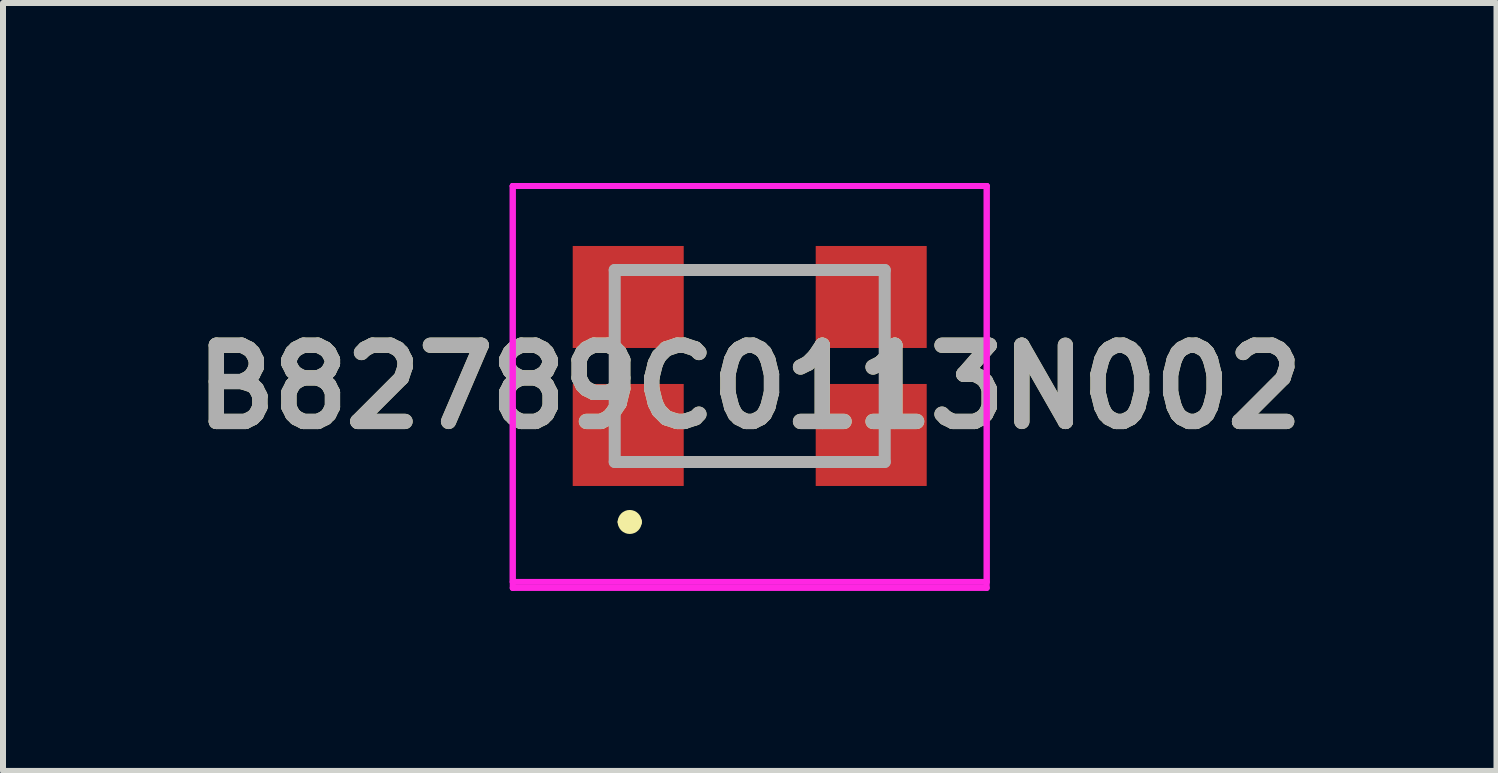
<source format=kicad_pcb>
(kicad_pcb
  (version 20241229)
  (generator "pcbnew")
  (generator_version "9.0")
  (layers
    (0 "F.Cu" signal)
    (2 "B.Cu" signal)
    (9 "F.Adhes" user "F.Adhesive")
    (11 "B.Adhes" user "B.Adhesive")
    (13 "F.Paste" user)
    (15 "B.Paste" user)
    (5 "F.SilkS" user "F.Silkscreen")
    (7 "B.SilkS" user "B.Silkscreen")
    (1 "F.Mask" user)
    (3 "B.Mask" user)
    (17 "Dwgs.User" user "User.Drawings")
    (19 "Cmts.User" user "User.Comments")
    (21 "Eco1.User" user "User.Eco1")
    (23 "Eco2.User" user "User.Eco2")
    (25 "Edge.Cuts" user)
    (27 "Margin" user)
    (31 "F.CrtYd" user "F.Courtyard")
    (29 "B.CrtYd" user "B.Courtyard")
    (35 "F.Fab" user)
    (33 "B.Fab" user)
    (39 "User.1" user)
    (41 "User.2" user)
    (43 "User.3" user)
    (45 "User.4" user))
  (footprint "B82789C0113N002"
    (layer "F.Cu")
    (at 9.446 3.35)
    (property "Reference" "B82789C0113N002" (at 0 0.05 0) (layer "F.SilkS") (effects (font (size 1.27 1.27) (thickness 0.254))))
    (attr smd)
    (fp_line (start -2.1 2.3) (end -2.1 2.3) (stroke (width 0.2) (type solid)) (layer "F.SilkS"))
    (fp_line (start -1.9 2.3) (end -1.9 2.3) (stroke (width 0.2) (type solid)) (layer "F.SilkS"))
    (fp_line (start -0.5 -1.9) (end 0.5 -1.9) (stroke (width 0.1) (type solid)) (layer "F.SilkS"))
    (fp_line (start -0.5 1.3) (end 0.5 1.3) (stroke (width 0.1) (type solid)) (layer "F.SilkS"))
    (fp_arc (start -2.1 2.3) (mid -2 2.2) (end -1.9 2.3) (stroke (width 0.2) (type solid)) (layer "F.SilkS"))
    (fp_arc (start -1.9 2.3) (mid -2 2.4) (end -2.1 2.3) (stroke (width 0.2) (type solid)) (layer "F.SilkS"))
    (fp_line (start -3.95 -3.3) (end 3.95 -3.3) (stroke (width 0.1) (type solid)) (layer "F.CrtYd"))
    (fp_line (start -3.95 -3.3) (end 3.95 -3.3) (stroke (width 0.1) (type solid)) (layer "F.CrtYd"))
    (fp_line (start -3.95 3.3) (end -3.95 -3.3) (stroke (width 0.1) (type solid)) (layer "F.CrtYd"))
    (fp_line (start -3.95 3.4) (end -3.95 -3.3) (stroke (width 0.1) (type solid)) (layer "F.CrtYd"))
    (fp_line (start 3.95 -3.3) (end 3.95 3.3) (stroke (width 0.1) (type solid)) (layer "F.CrtYd"))
    (fp_line (start 3.95 -3.3) (end 3.95 3.4) (stroke (width 0.1) (type solid)) (layer "F.CrtYd"))
    (fp_line (start 3.95 3.3) (end -3.95 3.3) (stroke (width 0.1) (type solid)) (layer "F.CrtYd"))
    (fp_line (start 3.95 3.4) (end -3.95 3.4) (stroke (width 0.1) (type solid)) (layer "F.CrtYd"))
    (fp_line (start -2.25 -1.9) (end 2.25 -1.9) (stroke (width 0.2) (type solid)) (layer "F.Fab"))
    (fp_line (start -2.25 1.3) (end -2.25 -1.9) (stroke (width 0.2) (type solid)) (layer "F.Fab"))
    (fp_line (start 2.25 -1.9) (end 2.25 1.3) (stroke (width 0.2) (type solid)) (layer "F.Fab"))
    (fp_line (start 2.25 1.3) (end -2.25 1.3) (stroke (width 0.2) (type solid)) (layer "F.Fab"))
    (fp_text user "${REFERENCE}" (at 0 0.05 0) (layer "F.Fab") (effects (font (size 1.27 1.27) (thickness 0.254))))
    (pad "1" smd rect (at -2.025 0.85 90) (size 1.7 1.85) (layers "F.Cu" "F.Mask" "F.Paste"))
    (pad "2" smd rect (at 2.025 0.85 90) (size 1.7 1.85) (layers "F.Cu" "F.Mask" "F.Paste"))
    (pad "3" smd rect (at 2.025 -1.45 90) (size 1.7 1.85) (layers "F.Cu" "F.Mask" "F.Paste"))
    (pad "4" smd rect (at -2.025 -1.45 90) (size 1.7 1.85) (layers "F.Cu" "F.Mask" "F.Paste")))
  (gr_rect
    (start -3 -3)
    (end 21.893 9.8)
    (stroke (width 0.1) (type default))
    (fill no)
    (layer "Edge.Cuts")))
</source>
